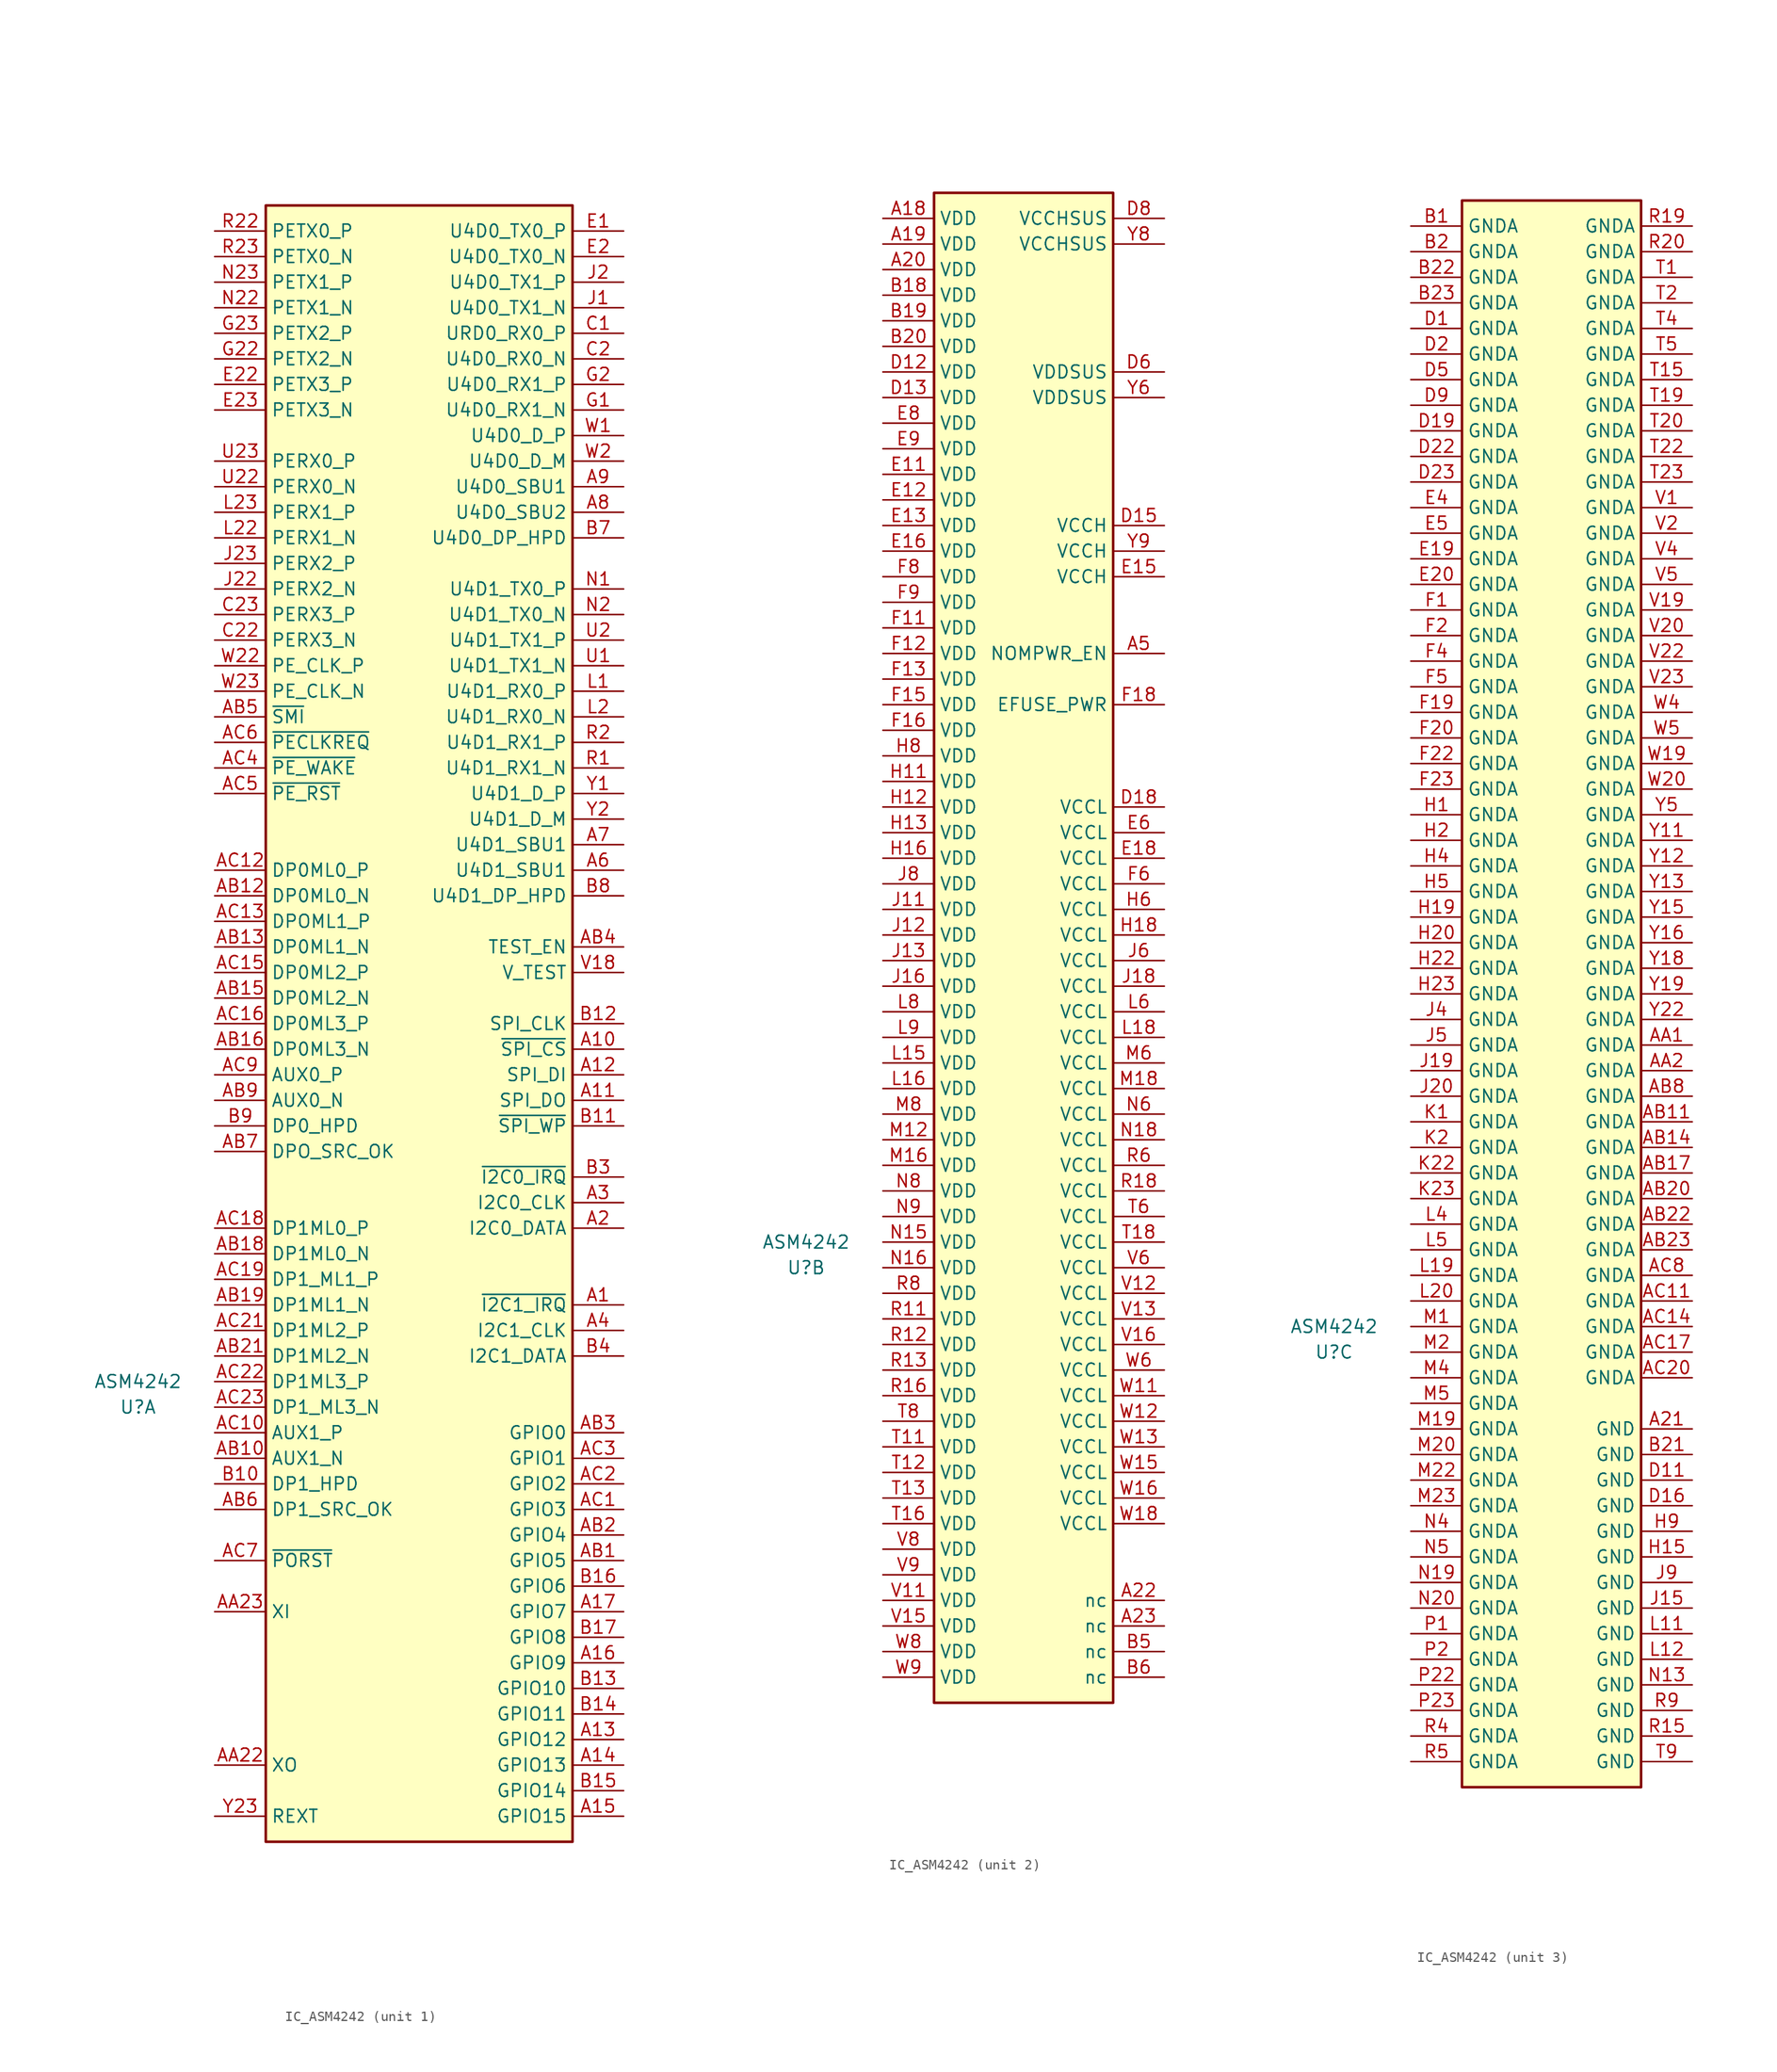
<source format=kicad_sym>
(kicad_symbol_lib
  (version 20241209)
  (generator "kicad_symbol_editor")
  (generator_version "9.0")
  (symbol "IC_ASM4242"
    (property "Reference" "U"
      (at -7.62 40.64 0)
      (effects (font (size 1.27 1.27))))
    (property "Value" "ASM4242"
      (at -7.62 43.18 0)
      (effects (font (size 1.27 1.27))))
    (property "ki_locked" ""
      (at 0 0 0)
      (effects (font (size 1.27 1.27))))
    (symbol "IC_ASM4242_1_1"
      (rectangle (start 5.08 160.02) (end 35.56 -2.54) (stroke (width 0.254) (type default)) (fill (type background)))
      (pin output line (at 0 157.48 0) (length 5.08) (name "PETX0_P" (effects (font (size 1.27 1.27)))) (number "R22" (effects (font (size 1.27 1.27)))))
      (pin output line (at 0 154.94 0) (length 5.08) (name "PETX0_N" (effects (font (size 1.27 1.27)))) (number "R23" (effects (font (size 1.27 1.27)))))
      (pin output line (at 0 152.4 0) (length 5.08) (name "PETX1_P" (effects (font (size 1.27 1.27)))) (number "N23" (effects (font (size 1.27 1.27)))))
      (pin output line (at 0 149.86 0) (length 5.08) (name "PETX1_N" (effects (font (size 1.27 1.27)))) (number "N22" (effects (font (size 1.27 1.27)))))
      (pin output line (at 0 147.32 0) (length 5.08) (name "PETX2_P" (effects (font (size 1.27 1.27)))) (number "G23" (effects (font (size 1.27 1.27)))))
      (pin output line (at 0 144.78 0) (length 5.08) (name "PETX2_N" (effects (font (size 1.27 1.27)))) (number "G22" (effects (font (size 1.27 1.27)))))
      (pin output line (at 0 142.24 0) (length 5.08) (name "PETX3_P" (effects (font (size 1.27 1.27)))) (number "E22" (effects (font (size 1.27 1.27)))))
      (pin output line (at 0 139.7 0) (length 5.08) (name "PETX3_N" (effects (font (size 1.27 1.27)))) (number "E23" (effects (font (size 1.27 1.27)))))
      (pin input line (at 0 134.62 0) (length 5.08) (name "PERX0_P" (effects (font (size 1.27 1.27)))) (number "U23" (effects (font (size 1.27 1.27)))))
      (pin input line (at 0 132.08 0) (length 5.08) (name "PERX0_N" (effects (font (size 1.27 1.27)))) (number "U22" (effects (font (size 1.27 1.27)))))
      (pin input line (at 0 129.54 0) (length 5.08) (name "PERX1_P" (effects (font (size 1.27 1.27)))) (number "L23" (effects (font (size 1.27 1.27)))))
      (pin input line (at 0 127 0) (length 5.08) (name "PERX1_N" (effects (font (size 1.27 1.27)))) (number "L22" (effects (font (size 1.27 1.27)))))
      (pin input line (at 0 124.46 0) (length 5.08) (name "PERX2_P" (effects (font (size 1.27 1.27)))) (number "J23" (effects (font (size 1.27 1.27)))))
      (pin input line (at 0 121.92 0) (length 5.08) (name "PERX2_N" (effects (font (size 1.27 1.27)))) (number "J22" (effects (font (size 1.27 1.27)))))
      (pin input line (at 0 119.38 0) (length 5.08) (name "PERX3_P" (effects (font (size 1.27 1.27)))) (number "C23" (effects (font (size 1.27 1.27)))))
      (pin input line (at 0 116.84 0) (length 5.08) (name "PERX3_N" (effects (font (size 1.27 1.27)))) (number "C22" (effects (font (size 1.27 1.27)))))
      (pin input line (at 0 114.3 0) (length 5.08) (name "PE_CLK_P" (effects (font (size 1.27 1.27)))) (number "W22" (effects (font (size 1.27 1.27)))))
      (pin input line (at 0 111.76 0) (length 5.08) (name "PE_CLK_N" (effects (font (size 1.27 1.27)))) (number "W23" (effects (font (size 1.27 1.27)))))
      (pin passive line (at 0 109.22 0) (length 5.08) (name "~{SMI}" (effects (font (size 1.27 1.27)))) (number "AB5" (effects (font (size 1.27 1.27)))))
      (pin passive line (at 0 106.68 0) (length 5.08) (name "~{PECLKREQ}" (effects (font (size 1.27 1.27)))) (number "AC6" (effects (font (size 1.27 1.27)))))
      (pin passive line (at 0 104.14 0) (length 5.08) (name "~{PE_WAKE}" (effects (font (size 1.27 1.27)))) (number "AC4" (effects (font (size 1.27 1.27)))))
      (pin passive line (at 0 101.6 0) (length 5.08) (name "~{PE_RST}" (effects (font (size 1.27 1.27)))) (number "AC5" (effects (font (size 1.27 1.27)))))
      (pin passive line (at 0 93.98 0) (length 5.08) (name "DP0ML0_P" (effects (font (size 1.27 1.27)))) (number "AC12" (effects (font (size 1.27 1.27)))))
      (pin passive line (at 0 91.44 0) (length 5.08) (name "DP0ML0_N" (effects (font (size 1.27 1.27)))) (number "AB12" (effects (font (size 1.27 1.27)))))
      (pin passive line (at 0 88.9 0) (length 5.08) (name "DPOML1_P" (effects (font (size 1.27 1.27)))) (number "AC13" (effects (font (size 1.27 1.27)))))
      (pin passive line (at 0 86.36 0) (length 5.08) (name "DP0ML1_N" (effects (font (size 1.27 1.27)))) (number "AB13" (effects (font (size 1.27 1.27)))))
      (pin passive line (at 0 83.82 0) (length 5.08) (name "DP0ML2_P" (effects (font (size 1.27 1.27)))) (number "AC15" (effects (font (size 1.27 1.27)))))
      (pin passive line (at 0 81.28 0) (length 5.08) (name "DP0ML2_N" (effects (font (size 1.27 1.27)))) (number "AB15" (effects (font (size 1.27 1.27)))))
      (pin passive line (at 0 78.74 0) (length 5.08) (name "DP0ML3_P" (effects (font (size 1.27 1.27)))) (number "AC16" (effects (font (size 1.27 1.27)))))
      (pin passive line (at 0 76.2 0) (length 5.08) (name "DP0ML3_N" (effects (font (size 1.27 1.27)))) (number "AB16" (effects (font (size 1.27 1.27)))))
      (pin passive line (at 0 73.66 0) (length 5.08) (name "AUX0_P" (effects (font (size 1.27 1.27)))) (number "AC9" (effects (font (size 1.27 1.27)))))
      (pin passive line (at 0 71.12 0) (length 5.08) (name "AUX0_N" (effects (font (size 1.27 1.27)))) (number "AB9" (effects (font (size 1.27 1.27)))))
      (pin passive line (at 0 68.58 0) (length 5.08) (name "DP0_HPD" (effects (font (size 1.27 1.27)))) (number "B9" (effects (font (size 1.27 1.27)))))
      (pin passive line (at 0 66.04 0) (length 5.08) (name "DPO_SRC_OK" (effects (font (size 1.27 1.27)))) (number "AB7" (effects (font (size 1.27 1.27)))))
      (pin passive line (at 0 58.42 0) (length 5.08) (name "DP1ML0_P" (effects (font (size 1.27 1.27)))) (number "AC18" (effects (font (size 1.27 1.27)))))
      (pin passive line (at 0 55.88 0) (length 5.08) (name "DP1ML0_N" (effects (font (size 1.27 1.27)))) (number "AB18" (effects (font (size 1.27 1.27)))))
      (pin passive line (at 0 53.34 0) (length 5.08) (name "DP1_ML1_P" (effects (font (size 1.27 1.27)))) (number "AC19" (effects (font (size 1.27 1.27)))))
      (pin passive line (at 0 50.8 0) (length 5.08) (name "DP1ML1_N" (effects (font (size 1.27 1.27)))) (number "AB19" (effects (font (size 1.27 1.27)))))
      (pin passive line (at 0 48.26 0) (length 5.08) (name "DP1ML2_P" (effects (font (size 1.27 1.27)))) (number "AC21" (effects (font (size 1.27 1.27)))))
      (pin passive line (at 0 45.72 0) (length 5.08) (name "DP1ML2_N" (effects (font (size 1.27 1.27)))) (number "AB21" (effects (font (size 1.27 1.27)))))
      (pin passive line (at 0 43.18 0) (length 5.08) (name "DP1ML3_P" (effects (font (size 1.27 1.27)))) (number "AC22" (effects (font (size 1.27 1.27)))))
      (pin passive line (at 0 40.64 0) (length 5.08) (name "DP1_ML3_N" (effects (font (size 1.27 1.27)))) (number "AC23" (effects (font (size 1.27 1.27)))))
      (pin passive line (at 0 38.1 0) (length 5.08) (name "AUX1_P" (effects (font (size 1.27 1.27)))) (number "AC10" (effects (font (size 1.27 1.27)))))
      (pin passive line (at 0 35.56 0) (length 5.08) (name "AUX1_N" (effects (font (size 1.27 1.27)))) (number "AB10" (effects (font (size 1.27 1.27)))))
      (pin passive line (at 0 33.02 0) (length 5.08) (name "DP1_HPD" (effects (font (size 1.27 1.27)))) (number "B10" (effects (font (size 1.27 1.27)))))
      (pin passive line (at 0 30.48 0) (length 5.08) (name "DP1_SRC_OK" (effects (font (size 1.27 1.27)))) (number "AB6" (effects (font (size 1.27 1.27)))))
      (pin passive line (at 0 25.4 0) (length 5.08) (name "~{PORST}" (effects (font (size 1.27 1.27)))) (number "AC7" (effects (font (size 1.27 1.27)))))
      (pin passive line (at 0 20.32 0) (length 5.08) (name "XI" (effects (font (size 1.27 1.27)))) (number "AA23" (effects (font (size 1.27 1.27)))))
      (pin passive line (at 0 5.08 0) (length 5.08) (name "XO" (effects (font (size 1.27 1.27)))) (number "AA22" (effects (font (size 1.27 1.27)))))
      (pin passive line (at 0 0 0) (length 5.08) (name "REXT" (effects (font (size 1.27 1.27)))) (number "Y23" (effects (font (size 1.27 1.27)))))
      (pin passive line (at 40.64 157.48 180) (length 5.08) (name "U4D0_TX0_P" (effects (font (size 1.27 1.27)))) (number "E1" (effects (font (size 1.27 1.27)))))
      (pin passive line (at 40.64 154.94 180) (length 5.08) (name "U4D0_TX0_N" (effects (font (size 1.27 1.27)))) (number "E2" (effects (font (size 1.27 1.27)))))
      (pin passive line (at 40.64 152.4 180) (length 5.08) (name "U4D0_TX1_P" (effects (font (size 1.27 1.27)))) (number "J2" (effects (font (size 1.27 1.27)))))
      (pin passive line (at 40.64 149.86 180) (length 5.08) (name "U4D0_TX1_N" (effects (font (size 1.27 1.27)))) (number "J1" (effects (font (size 1.27 1.27)))))
      (pin passive line (at 40.64 147.32 180) (length 5.08) (name "URD0_RX0_P" (effects (font (size 1.27 1.27)))) (number "C1" (effects (font (size 1.27 1.27)))))
      (pin passive line (at 40.64 144.78 180) (length 5.08) (name "U4D0_RX0_N" (effects (font (size 1.27 1.27)))) (number "C2" (effects (font (size 1.27 1.27)))))
      (pin passive line (at 40.64 142.24 180) (length 5.08) (name "U4D0_RX1_P" (effects (font (size 1.27 1.27)))) (number "G2" (effects (font (size 1.27 1.27)))))
      (pin passive line (at 40.64 139.7 180) (length 5.08) (name "U4D0_RX1_N" (effects (font (size 1.27 1.27)))) (number "G1" (effects (font (size 1.27 1.27)))))
      (pin passive line (at 40.64 137.16 180) (length 5.08) (name "U4D0_D_P" (effects (font (size 1.27 1.27)))) (number "W1" (effects (font (size 1.27 1.27)))))
      (pin passive line (at 40.64 134.62 180) (length 5.08) (name "U4D0_D_M" (effects (font (size 1.27 1.27)))) (number "W2" (effects (font (size 1.27 1.27)))))
      (pin passive line (at 40.64 132.08 180) (length 5.08) (name "U4D0_SBU1" (effects (font (size 1.27 1.27)))) (number "A9" (effects (font (size 1.27 1.27)))))
      (pin passive line (at 40.64 129.54 180) (length 5.08) (name "U4D0_SBU2" (effects (font (size 1.27 1.27)))) (number "A8" (effects (font (size 1.27 1.27)))))
      (pin passive line (at 40.64 127 180) (length 5.08) (name "U4D0_DP_HPD" (effects (font (size 1.27 1.27)))) (number "B7" (effects (font (size 1.27 1.27)))))
      (pin passive line (at 40.64 121.92 180) (length 5.08) (name "U4D1_TX0_P" (effects (font (size 1.27 1.27)))) (number "N1" (effects (font (size 1.27 1.27)))))
      (pin passive line (at 40.64 119.38 180) (length 5.08) (name "U4D1_TX0_N" (effects (font (size 1.27 1.27)))) (number "N2" (effects (font (size 1.27 1.27)))))
      (pin passive line (at 40.64 116.84 180) (length 5.08) (name "U4D1_TX1_P" (effects (font (size 1.27 1.27)))) (number "U2" (effects (font (size 1.27 1.27)))))
      (pin passive line (at 40.64 114.3 180) (length 5.08) (name "U4D1_TX1_N" (effects (font (size 1.27 1.27)))) (number "U1" (effects (font (size 1.27 1.27)))))
      (pin passive line (at 40.64 111.76 180) (length 5.08) (name "U4D1_RX0_P" (effects (font (size 1.27 1.27)))) (number "L1" (effects (font (size 1.27 1.27)))))
      (pin passive line (at 40.64 109.22 180) (length 5.08) (name "U4D1_RX0_N" (effects (font (size 1.27 1.27)))) (number "L2" (effects (font (size 1.27 1.27)))))
      (pin passive line (at 40.64 106.68 180) (length 5.08) (name "U4D1_RX1_P" (effects (font (size 1.27 1.27)))) (number "R2" (effects (font (size 1.27 1.27)))))
      (pin passive line (at 40.64 104.14 180) (length 5.08) (name "U4D1_RX1_N" (effects (font (size 1.27 1.27)))) (number "R1" (effects (font (size 1.27 1.27)))))
      (pin passive line (at 40.64 101.6 180) (length 5.08) (name "U4D1_D_P" (effects (font (size 1.27 1.27)))) (number "Y1" (effects (font (size 1.27 1.27)))))
      (pin passive line (at 40.64 99.06 180) (length 5.08) (name "U4D1_D_M" (effects (font (size 1.27 1.27)))) (number "Y2" (effects (font (size 1.27 1.27)))))
      (pin passive line (at 40.64 96.52 180) (length 5.08) (name "U4D1_SBU1" (effects (font (size 1.27 1.27)))) (number "A7" (effects (font (size 1.27 1.27)))))
      (pin passive line (at 40.64 93.98 180) (length 5.08) (name "U4D1_SBU1" (effects (font (size 1.27 1.27)))) (number "A6" (effects (font (size 1.27 1.27)))))
      (pin passive line (at 40.64 91.44 180) (length 5.08) (name "U4D1_DP_HPD" (effects (font (size 1.27 1.27)))) (number "B8" (effects (font (size 1.27 1.27)))))
      (pin passive line (at 40.64 86.36 180) (length 5.08) (name "TEST_EN" (effects (font (size 1.27 1.27)))) (number "AB4" (effects (font (size 1.27 1.27)))))
      (pin passive line (at 40.64 83.82 180) (length 5.08) (name "V_TEST" (effects (font (size 1.27 1.27)))) (number "V18" (effects (font (size 1.27 1.27)))))
      (pin passive line (at 40.64 78.74 180) (length 5.08) (name "SPI_CLK" (effects (font (size 1.27 1.27)))) (number "B12" (effects (font (size 1.27 1.27)))))
      (pin passive line (at 40.64 76.2 180) (length 5.08) (name "~{SPI_CS}" (effects (font (size 1.27 1.27)))) (number "A10" (effects (font (size 1.27 1.27)))))
      (pin passive line (at 40.64 73.66 180) (length 5.08) (name "SPI_DI" (effects (font (size 1.27 1.27)))) (number "A12" (effects (font (size 1.27 1.27)))))
      (pin passive line (at 40.64 71.12 180) (length 5.08) (name "SPI_DO" (effects (font (size 1.27 1.27)))) (number "A11" (effects (font (size 1.27 1.27)))))
      (pin passive line (at 40.64 68.58 180) (length 5.08) (name "~{SPI_WP}" (effects (font (size 1.27 1.27)))) (number "B11" (effects (font (size 1.27 1.27)))))
      (pin passive line (at 40.64 63.5 180) (length 5.08) (name "~{I2C0_IRQ}" (effects (font (size 1.27 1.27)))) (number "B3" (effects (font (size 1.27 1.27)))))
      (pin passive line (at 40.64 60.96 180) (length 5.08) (name "I2C0_CLK" (effects (font (size 1.27 1.27)))) (number "A3" (effects (font (size 1.27 1.27)))))
      (pin passive line (at 40.64 58.42 180) (length 5.08) (name "I2C0_DATA" (effects (font (size 1.27 1.27)))) (number "A2" (effects (font (size 1.27 1.27)))))
      (pin passive line (at 40.64 50.8 180) (length 5.08) (name "~{I2C1_IRQ}" (effects (font (size 1.27 1.27)))) (number "A1" (effects (font (size 1.27 1.27)))))
      (pin passive line (at 40.64 48.26 180) (length 5.08) (name "I2C1_CLK" (effects (font (size 1.27 1.27)))) (number "A4" (effects (font (size 1.27 1.27)))))
      (pin passive line (at 40.64 45.72 180) (length 5.08) (name "I2C1_DATA" (effects (font (size 1.27 1.27)))) (number "B4" (effects (font (size 1.27 1.27)))))
      (pin passive line (at 40.64 38.1 180) (length 5.08) (name "GPIO0" (effects (font (size 1.27 1.27)))) (number "AB3" (effects (font (size 1.27 1.27)))))
      (pin passive line (at 40.64 35.56 180) (length 5.08) (name "GPIO1" (effects (font (size 1.27 1.27)))) (number "AC3" (effects (font (size 1.27 1.27)))))
      (pin passive line (at 40.64 33.02 180) (length 5.08) (name "GPIO2" (effects (font (size 1.27 1.27)))) (number "AC2" (effects (font (size 1.27 1.27)))))
      (pin passive line (at 40.64 30.48 180) (length 5.08) (name "GPIO3" (effects (font (size 1.27 1.27)))) (number "AC1" (effects (font (size 1.27 1.27)))))
      (pin passive line (at 40.64 27.94 180) (length 5.08) (name "GPIO4" (effects (font (size 1.27 1.27)))) (number "AB2" (effects (font (size 1.27 1.27)))))
      (pin passive line (at 40.64 25.4 180) (length 5.08) (name "GPIO5" (effects (font (size 1.27 1.27)))) (number "AB1" (effects (font (size 1.27 1.27)))))
      (pin passive line (at 40.64 22.86 180) (length 5.08) (name "GPIO6" (effects (font (size 1.27 1.27)))) (number "B16" (effects (font (size 1.27 1.27)))))
      (pin passive line (at 40.64 20.32 180) (length 5.08) (name "GPIO7" (effects (font (size 1.27 1.27)))) (number "A17" (effects (font (size 1.27 1.27)))))
      (pin passive line (at 40.64 17.78 180) (length 5.08) (name "GPIO8" (effects (font (size 1.27 1.27)))) (number "B17" (effects (font (size 1.27 1.27)))))
      (pin passive line (at 40.64 15.24 180) (length 5.08) (name "GPIO9" (effects (font (size 1.27 1.27)))) (number "A16" (effects (font (size 1.27 1.27)))))
      (pin passive line (at 40.64 12.7 180) (length 5.08) (name "GPIO10" (effects (font (size 1.27 1.27)))) (number "B13" (effects (font (size 1.27 1.27)))))
      (pin passive line (at 40.64 10.16 180) (length 5.08) (name "GPIO11" (effects (font (size 1.27 1.27)))) (number "B14" (effects (font (size 1.27 1.27)))))
      (pin passive line (at 40.64 7.62 180) (length 5.08) (name "GPIO12" (effects (font (size 1.27 1.27)))) (number "A13" (effects (font (size 1.27 1.27)))))
      (pin passive line (at 40.64 5.08 180) (length 5.08) (name "GPIO13" (effects (font (size 1.27 1.27)))) (number "A14" (effects (font (size 1.27 1.27)))))
      (pin passive line (at 40.64 2.54 180) (length 5.08) (name "GPIO14" (effects (font (size 1.27 1.27)))) (number "B15" (effects (font (size 1.27 1.27)))))
      (pin passive line (at 40.64 0 180) (length 5.08) (name "GPIO15" (effects (font (size 1.27 1.27)))) (number "A15" (effects (font (size 1.27 1.27))))))
    (symbol "IC_ASM4242_2_1"
      (rectangle (start 5.08 147.32) (end 22.86 -2.54) (stroke (width 0.254) (type default)) (fill (type background)))
      (pin passive line (at 0 144.78 0) (length 5.08) (name "VDD" (effects (font (size 1.27 1.27)))) (number "A18" (effects (font (size 1.27 1.27)))))
      (pin passive line (at 0 142.24 0) (length 5.08) (name "VDD" (effects (font (size 1.27 1.27)))) (number "A19" (effects (font (size 1.27 1.27)))))
      (pin passive line (at 0 139.7 0) (length 5.08) (name "VDD" (effects (font (size 1.27 1.27)))) (number "A20" (effects (font (size 1.27 1.27)))))
      (pin passive line (at 0 137.16 0) (length 5.08) (name "VDD" (effects (font (size 1.27 1.27)))) (number "B18" (effects (font (size 1.27 1.27)))))
      (pin passive line (at 0 134.62 0) (length 5.08) (name "VDD" (effects (font (size 1.27 1.27)))) (number "B19" (effects (font (size 1.27 1.27)))))
      (pin passive line (at 0 132.08 0) (length 5.08) (name "VDD" (effects (font (size 1.27 1.27)))) (number "B20" (effects (font (size 1.27 1.27)))))
      (pin passive line (at 0 129.54 0) (length 5.08) (name "VDD" (effects (font (size 1.27 1.27)))) (number "D12" (effects (font (size 1.27 1.27)))))
      (pin passive line (at 0 127 0) (length 5.08) (name "VDD" (effects (font (size 1.27 1.27)))) (number "D13" (effects (font (size 1.27 1.27)))))
      (pin passive line (at 0 124.46 0) (length 5.08) (name "VDD" (effects (font (size 1.27 1.27)))) (number "E8" (effects (font (size 1.27 1.27)))))
      (pin passive line (at 0 121.92 0) (length 5.08) (name "VDD" (effects (font (size 1.27 1.27)))) (number "E9" (effects (font (size 1.27 1.27)))))
      (pin passive line (at 0 119.38 0) (length 5.08) (name "VDD" (effects (font (size 1.27 1.27)))) (number "E11" (effects (font (size 1.27 1.27)))))
      (pin passive line (at 0 116.84 0) (length 5.08) (name "VDD" (effects (font (size 1.27 1.27)))) (number "E12" (effects (font (size 1.27 1.27)))))
      (pin passive line (at 0 114.3 0) (length 5.08) (name "VDD" (effects (font (size 1.27 1.27)))) (number "E13" (effects (font (size 1.27 1.27)))))
      (pin passive line (at 0 111.76 0) (length 5.08) (name "VDD" (effects (font (size 1.27 1.27)))) (number "E16" (effects (font (size 1.27 1.27)))))
      (pin passive line (at 0 109.22 0) (length 5.08) (name "VDD" (effects (font (size 1.27 1.27)))) (number "F8" (effects (font (size 1.27 1.27)))))
      (pin passive line (at 0 106.68 0) (length 5.08) (name "VDD" (effects (font (size 1.27 1.27)))) (number "F9" (effects (font (size 1.27 1.27)))))
      (pin passive line (at 0 104.14 0) (length 5.08) (name "VDD" (effects (font (size 1.27 1.27)))) (number "F11" (effects (font (size 1.27 1.27)))))
      (pin passive line (at 0 101.6 0) (length 5.08) (name "VDD" (effects (font (size 1.27 1.27)))) (number "F12" (effects (font (size 1.27 1.27)))))
      (pin passive line (at 0 99.06 0) (length 5.08) (name "VDD" (effects (font (size 1.27 1.27)))) (number "F13" (effects (font (size 1.27 1.27)))))
      (pin passive line (at 0 96.52 0) (length 5.08) (name "VDD" (effects (font (size 1.27 1.27)))) (number "F15" (effects (font (size 1.27 1.27)))))
      (pin passive line (at 0 93.98 0) (length 5.08) (name "VDD" (effects (font (size 1.27 1.27)))) (number "F16" (effects (font (size 1.27 1.27)))))
      (pin passive line (at 0 91.44 0) (length 5.08) (name "VDD" (effects (font (size 1.27 1.27)))) (number "H8" (effects (font (size 1.27 1.27)))))
      (pin passive line (at 0 88.9 0) (length 5.08) (name "VDD" (effects (font (size 1.27 1.27)))) (number "H11" (effects (font (size 1.27 1.27)))))
      (pin passive line (at 0 86.36 0) (length 5.08) (name "VDD" (effects (font (size 1.27 1.27)))) (number "H12" (effects (font (size 1.27 1.27)))))
      (pin passive line (at 0 83.82 0) (length 5.08) (name "VDD" (effects (font (size 1.27 1.27)))) (number "H13" (effects (font (size 1.27 1.27)))))
      (pin passive line (at 0 81.28 0) (length 5.08) (name "VDD" (effects (font (size 1.27 1.27)))) (number "H16" (effects (font (size 1.27 1.27)))))
      (pin passive line (at 0 78.74 0) (length 5.08) (name "VDD" (effects (font (size 1.27 1.27)))) (number "J8" (effects (font (size 1.27 1.27)))))
      (pin passive line (at 0 76.2 0) (length 5.08) (name "VDD" (effects (font (size 1.27 1.27)))) (number "J11" (effects (font (size 1.27 1.27)))))
      (pin passive line (at 0 73.66 0) (length 5.08) (name "VDD" (effects (font (size 1.27 1.27)))) (number "J12" (effects (font (size 1.27 1.27)))))
      (pin passive line (at 0 71.12 0) (length 5.08) (name "VDD" (effects (font (size 1.27 1.27)))) (number "J13" (effects (font (size 1.27 1.27)))))
      (pin passive line (at 0 68.58 0) (length 5.08) (name "VDD" (effects (font (size 1.27 1.27)))) (number "J16" (effects (font (size 1.27 1.27)))))
      (pin passive line (at 0 66.04 0) (length 5.08) (name "VDD" (effects (font (size 1.27 1.27)))) (number "L8" (effects (font (size 1.27 1.27)))))
      (pin passive line (at 0 63.5 0) (length 5.08) (name "VDD" (effects (font (size 1.27 1.27)))) (number "L9" (effects (font (size 1.27 1.27)))))
      (pin passive line (at 0 60.96 0) (length 5.08) (name "VDD" (effects (font (size 1.27 1.27)))) (number "L15" (effects (font (size 1.27 1.27)))))
      (pin passive line (at 0 58.42 0) (length 5.08) (name "VDD" (effects (font (size 1.27 1.27)))) (number "L16" (effects (font (size 1.27 1.27)))))
      (pin passive line (at 0 55.88 0) (length 5.08) (name "VDD" (effects (font (size 1.27 1.27)))) (number "M8" (effects (font (size 1.27 1.27)))))
      (pin passive line (at 0 53.34 0) (length 5.08) (name "VDD" (effects (font (size 1.27 1.27)))) (number "M12" (effects (font (size 1.27 1.27)))))
      (pin passive line (at 0 50.8 0) (length 5.08) (name "VDD" (effects (font (size 1.27 1.27)))) (number "M16" (effects (font (size 1.27 1.27)))))
      (pin passive line (at 0 48.26 0) (length 5.08) (name "VDD" (effects (font (size 1.27 1.27)))) (number "N8" (effects (font (size 1.27 1.27)))))
      (pin passive line (at 0 45.72 0) (length 5.08) (name "VDD" (effects (font (size 1.27 1.27)))) (number "N9" (effects (font (size 1.27 1.27)))))
      (pin passive line (at 0 43.18 0) (length 5.08) (name "VDD" (effects (font (size 1.27 1.27)))) (number "N15" (effects (font (size 1.27 1.27)))))
      (pin passive line (at 0 40.64 0) (length 5.08) (name "VDD" (effects (font (size 1.27 1.27)))) (number "N16" (effects (font (size 1.27 1.27)))))
      (pin passive line (at 0 38.1 0) (length 5.08) (name "VDD" (effects (font (size 1.27 1.27)))) (number "R8" (effects (font (size 1.27 1.27)))))
      (pin passive line (at 0 35.56 0) (length 5.08) (name "VDD" (effects (font (size 1.27 1.27)))) (number "R11" (effects (font (size 1.27 1.27)))))
      (pin passive line (at 0 33.02 0) (length 5.08) (name "VDD" (effects (font (size 1.27 1.27)))) (number "R12" (effects (font (size 1.27 1.27)))))
      (pin passive line (at 0 30.48 0) (length 5.08) (name "VDD" (effects (font (size 1.27 1.27)))) (number "R13" (effects (font (size 1.27 1.27)))))
      (pin passive line (at 0 27.94 0) (length 5.08) (name "VDD" (effects (font (size 1.27 1.27)))) (number "R16" (effects (font (size 1.27 1.27)))))
      (pin passive line (at 0 25.4 0) (length 5.08) (name "VDD" (effects (font (size 1.27 1.27)))) (number "T8" (effects (font (size 1.27 1.27)))))
      (pin passive line (at 0 22.86 0) (length 5.08) (name "VDD" (effects (font (size 1.27 1.27)))) (number "T11" (effects (font (size 1.27 1.27)))))
      (pin passive line (at 0 20.32 0) (length 5.08) (name "VDD" (effects (font (size 1.27 1.27)))) (number "T12" (effects (font (size 1.27 1.27)))))
      (pin passive line (at 0 17.78 0) (length 5.08) (name "VDD" (effects (font (size 1.27 1.27)))) (number "T13" (effects (font (size 1.27 1.27)))))
      (pin passive line (at 0 15.24 0) (length 5.08) (name "VDD" (effects (font (size 1.27 1.27)))) (number "T16" (effects (font (size 1.27 1.27)))))
      (pin passive line (at 0 12.7 0) (length 5.08) (name "VDD" (effects (font (size 1.27 1.27)))) (number "V8" (effects (font (size 1.27 1.27)))))
      (pin passive line (at 0 10.16 0) (length 5.08) (name "VDD" (effects (font (size 1.27 1.27)))) (number "V9" (effects (font (size 1.27 1.27)))))
      (pin passive line (at 0 7.62 0) (length 5.08) (name "VDD" (effects (font (size 1.27 1.27)))) (number "V11" (effects (font (size 1.27 1.27)))))
      (pin passive line (at 0 5.08 0) (length 5.08) (name "VDD" (effects (font (size 1.27 1.27)))) (number "V15" (effects (font (size 1.27 1.27)))))
      (pin passive line (at 0 2.54 0) (length 5.08) (name "VDD" (effects (font (size 1.27 1.27)))) (number "W8" (effects (font (size 1.27 1.27)))))
      (pin passive line (at 0 0 0) (length 5.08) (name "VDD" (effects (font (size 1.27 1.27)))) (number "W9" (effects (font (size 1.27 1.27)))))
      (pin passive line (at 27.94 144.78 180) (length 5.08) (name "VCCHSUS" (effects (font (size 1.27 1.27)))) (number "D8" (effects (font (size 1.27 1.27)))))
      (pin passive line (at 27.94 142.24 180) (length 5.08) (name "VCCHSUS" (effects (font (size 1.27 1.27)))) (number "Y8" (effects (font (size 1.27 1.27)))))
      (pin passive line (at 27.94 129.54 180) (length 5.08) (name "VDDSUS" (effects (font (size 1.27 1.27)))) (number "D6" (effects (font (size 1.27 1.27)))))
      (pin passive line (at 27.94 127 180) (length 5.08) (name "VDDSUS" (effects (font (size 1.27 1.27)))) (number "Y6" (effects (font (size 1.27 1.27)))))
      (pin passive line (at 27.94 114.3 180) (length 5.08) (name "VCCH" (effects (font (size 1.27 1.27)))) (number "D15" (effects (font (size 1.27 1.27)))))
      (pin passive line (at 27.94 111.76 180) (length 5.08) (name "VCCH" (effects (font (size 1.27 1.27)))) (number "Y9" (effects (font (size 1.27 1.27)))))
      (pin passive line (at 27.94 109.22 180) (length 5.08) (name "VCCH" (effects (font (size 1.27 1.27)))) (number "E15" (effects (font (size 1.27 1.27)))))
      (pin passive line (at 27.94 101.6 180) (length 5.08) (name "NOMPWR_EN" (effects (font (size 1.27 1.27)))) (number "A5" (effects (font (size 1.27 1.27)))))
      (pin passive line (at 27.94 96.52 180) (length 5.08) (name "EFUSE_PWR" (effects (font (size 1.27 1.27)))) (number "F18" (effects (font (size 1.27 1.27)))))
      (pin passive line (at 27.94 86.36 180) (length 5.08) (name "VCCL" (effects (font (size 1.27 1.27)))) (number "D18" (effects (font (size 1.27 1.27)))))
      (pin passive line (at 27.94 83.82 180) (length 5.08) (name "VCCL" (effects (font (size 1.27 1.27)))) (number "E6" (effects (font (size 1.27 1.27)))))
      (pin passive line (at 27.94 81.28 180) (length 5.08) (name "VCCL" (effects (font (size 1.27 1.27)))) (number "E18" (effects (font (size 1.27 1.27)))))
      (pin passive line (at 27.94 78.74 180) (length 5.08) (name "VCCL" (effects (font (size 1.27 1.27)))) (number "F6" (effects (font (size 1.27 1.27)))))
      (pin passive line (at 27.94 76.2 180) (length 5.08) (name "VCCL" (effects (font (size 1.27 1.27)))) (number "H6" (effects (font (size 1.27 1.27)))))
      (pin passive line (at 27.94 73.66 180) (length 5.08) (name "VCCL" (effects (font (size 1.27 1.27)))) (number "H18" (effects (font (size 1.27 1.27)))))
      (pin passive line (at 27.94 71.12 180) (length 5.08) (name "VCCL" (effects (font (size 1.27 1.27)))) (number "J6" (effects (font (size 1.27 1.27)))))
      (pin passive line (at 27.94 68.58 180) (length 5.08) (name "VCCL" (effects (font (size 1.27 1.27)))) (number "J18" (effects (font (size 1.27 1.27)))))
      (pin passive line (at 27.94 66.04 180) (length 5.08) (name "VCCL" (effects (font (size 1.27 1.27)))) (number "L6" (effects (font (size 1.27 1.27)))))
      (pin passive line (at 27.94 63.5 180) (length 5.08) (name "VCCL" (effects (font (size 1.27 1.27)))) (number "L18" (effects (font (size 1.27 1.27)))))
      (pin passive line (at 27.94 60.96 180) (length 5.08) (name "VCCL" (effects (font (size 1.27 1.27)))) (number "M6" (effects (font (size 1.27 1.27)))))
      (pin passive line (at 27.94 58.42 180) (length 5.08) (name "VCCL" (effects (font (size 1.27 1.27)))) (number "M18" (effects (font (size 1.27 1.27)))))
      (pin passive line (at 27.94 55.88 180) (length 5.08) (name "VCCL" (effects (font (size 1.27 1.27)))) (number "N6" (effects (font (size 1.27 1.27)))))
      (pin passive line (at 27.94 53.34 180) (length 5.08) (name "VCCL" (effects (font (size 1.27 1.27)))) (number "N18" (effects (font (size 1.27 1.27)))))
      (pin passive line (at 27.94 50.8 180) (length 5.08) (name "VCCL" (effects (font (size 1.27 1.27)))) (number "R6" (effects (font (size 1.27 1.27)))))
      (pin passive line (at 27.94 48.26 180) (length 5.08) (name "VCCL" (effects (font (size 1.27 1.27)))) (number "R18" (effects (font (size 1.27 1.27)))))
      (pin passive line (at 27.94 45.72 180) (length 5.08) (name "VCCL" (effects (font (size 1.27 1.27)))) (number "T6" (effects (font (size 1.27 1.27)))))
      (pin passive line (at 27.94 43.18 180) (length 5.08) (name "VCCL" (effects (font (size 1.27 1.27)))) (number "T18" (effects (font (size 1.27 1.27)))))
      (pin passive line (at 27.94 40.64 180) (length 5.08) (name "VCCL" (effects (font (size 1.27 1.27)))) (number "V6" (effects (font (size 1.27 1.27)))))
      (pin passive line (at 27.94 38.1 180) (length 5.08) (name "VCCL" (effects (font (size 1.27 1.27)))) (number "V12" (effects (font (size 1.27 1.27)))))
      (pin passive line (at 27.94 35.56 180) (length 5.08) (name "VCCL" (effects (font (size 1.27 1.27)))) (number "V13" (effects (font (size 1.27 1.27)))))
      (pin passive line (at 27.94 33.02 180) (length 5.08) (name "VCCL" (effects (font (size 1.27 1.27)))) (number "V16" (effects (font (size 1.27 1.27)))))
      (pin passive line (at 27.94 30.48 180) (length 5.08) (name "VCCL" (effects (font (size 1.27 1.27)))) (number "W6" (effects (font (size 1.27 1.27)))))
      (pin passive line (at 27.94 27.94 180) (length 5.08) (name "VCCL" (effects (font (size 1.27 1.27)))) (number "W11" (effects (font (size 1.27 1.27)))))
      (pin passive line (at 27.94 25.4 180) (length 5.08) (name "VCCL" (effects (font (size 1.27 1.27)))) (number "W12" (effects (font (size 1.27 1.27)))))
      (pin passive line (at 27.94 22.86 180) (length 5.08) (name "VCCL" (effects (font (size 1.27 1.27)))) (number "W13" (effects (font (size 1.27 1.27)))))
      (pin passive line (at 27.94 20.32 180) (length 5.08) (name "VCCL" (effects (font (size 1.27 1.27)))) (number "W15" (effects (font (size 1.27 1.27)))))
      (pin passive line (at 27.94 17.78 180) (length 5.08) (name "VCCL" (effects (font (size 1.27 1.27)))) (number "W16" (effects (font (size 1.27 1.27)))))
      (pin passive line (at 27.94 15.24 180) (length 5.08) (name "VCCL" (effects (font (size 1.27 1.27)))) (number "W18" (effects (font (size 1.27 1.27)))))
      (pin passive line (at 27.94 7.62 180) (length 5.08) (name "nc" (effects (font (size 1.27 1.27)))) (number "A22" (effects (font (size 1.27 1.27)))))
      (pin passive line (at 27.94 5.08 180) (length 5.08) (name "nc" (effects (font (size 1.27 1.27)))) (number "A23" (effects (font (size 1.27 1.27)))))
      (pin passive line (at 27.94 2.54 180) (length 5.08) (name "nc" (effects (font (size 1.27 1.27)))) (number "B5" (effects (font (size 1.27 1.27)))))
      (pin passive line (at 27.94 0 180) (length 5.08) (name "nc" (effects (font (size 1.27 1.27)))) (number "B6" (effects (font (size 1.27 1.27))))))
    (symbol "IC_ASM4242_3_1"
      (rectangle (start 5.08 154.94) (end 22.86 -2.54) (stroke (width 0.254) (type default)) (fill (type background)))
      (pin passive line (at 0 152.4 0) (length 5.08) (name "GNDA" (effects (font (size 1.27 1.27)))) (number "B1" (effects (font (size 1.27 1.27)))))
      (pin passive line (at 0 149.86 0) (length 5.08) (name "GNDA" (effects (font (size 1.27 1.27)))) (number "B2" (effects (font (size 1.27 1.27)))))
      (pin passive line (at 0 147.32 0) (length 5.08) (name "GNDA" (effects (font (size 1.27 1.27)))) (number "B22" (effects (font (size 1.27 1.27)))))
      (pin passive line (at 0 144.78 0) (length 5.08) (name "GNDA" (effects (font (size 1.27 1.27)))) (number "B23" (effects (font (size 1.27 1.27)))))
      (pin passive line (at 0 142.24 0) (length 5.08) (name "GNDA" (effects (font (size 1.27 1.27)))) (number "D1" (effects (font (size 1.27 1.27)))))
      (pin passive line (at 0 139.7 0) (length 5.08) (name "GNDA" (effects (font (size 1.27 1.27)))) (number "D2" (effects (font (size 1.27 1.27)))))
      (pin passive line (at 0 137.16 0) (length 5.08) (name "GNDA" (effects (font (size 1.27 1.27)))) (number "D5" (effects (font (size 1.27 1.27)))))
      (pin passive line (at 0 134.62 0) (length 5.08) (name "GNDA" (effects (font (size 1.27 1.27)))) (number "D9" (effects (font (size 1.27 1.27)))))
      (pin passive line (at 0 132.08 0) (length 5.08) (name "GNDA" (effects (font (size 1.27 1.27)))) (number "D19" (effects (font (size 1.27 1.27)))))
      (pin passive line (at 0 129.54 0) (length 5.08) (name "GNDA" (effects (font (size 1.27 1.27)))) (number "D22" (effects (font (size 1.27 1.27)))))
      (pin passive line (at 0 127 0) (length 5.08) (name "GNDA" (effects (font (size 1.27 1.27)))) (number "D23" (effects (font (size 1.27 1.27)))))
      (pin passive line (at 0 124.46 0) (length 5.08) (name "GNDA" (effects (font (size 1.27 1.27)))) (number "E4" (effects (font (size 1.27 1.27)))))
      (pin passive line (at 0 121.92 0) (length 5.08) (name "GNDA" (effects (font (size 1.27 1.27)))) (number "E5" (effects (font (size 1.27 1.27)))))
      (pin passive line (at 0 119.38 0) (length 5.08) (name "GNDA" (effects (font (size 1.27 1.27)))) (number "E19" (effects (font (size 1.27 1.27)))))
      (pin passive line (at 0 116.84 0) (length 5.08) (name "GNDA" (effects (font (size 1.27 1.27)))) (number "E20" (effects (font (size 1.27 1.27)))))
      (pin passive line (at 0 114.3 0) (length 5.08) (name "GNDA" (effects (font (size 1.27 1.27)))) (number "F1" (effects (font (size 1.27 1.27)))))
      (pin passive line (at 0 111.76 0) (length 5.08) (name "GNDA" (effects (font (size 1.27 1.27)))) (number "F2" (effects (font (size 1.27 1.27)))))
      (pin passive line (at 0 109.22 0) (length 5.08) (name "GNDA" (effects (font (size 1.27 1.27)))) (number "F4" (effects (font (size 1.27 1.27)))))
      (pin passive line (at 0 106.68 0) (length 5.08) (name "GNDA" (effects (font (size 1.27 1.27)))) (number "F5" (effects (font (size 1.27 1.27)))))
      (pin passive line (at 0 104.14 0) (length 5.08) (name "GNDA" (effects (font (size 1.27 1.27)))) (number "F19" (effects (font (size 1.27 1.27)))))
      (pin passive line (at 0 101.6 0) (length 5.08) (name "GNDA" (effects (font (size 1.27 1.27)))) (number "F20" (effects (font (size 1.27 1.27)))))
      (pin passive line (at 0 99.06 0) (length 5.08) (name "GNDA" (effects (font (size 1.27 1.27)))) (number "F22" (effects (font (size 1.27 1.27)))))
      (pin passive line (at 0 96.52 0) (length 5.08) (name "GNDA" (effects (font (size 1.27 1.27)))) (number "F23" (effects (font (size 1.27 1.27)))))
      (pin passive line (at 0 93.98 0) (length 5.08) (name "GNDA" (effects (font (size 1.27 1.27)))) (number "H1" (effects (font (size 1.27 1.27)))))
      (pin passive line (at 0 91.44 0) (length 5.08) (name "GNDA" (effects (font (size 1.27 1.27)))) (number "H2" (effects (font (size 1.27 1.27)))))
      (pin passive line (at 0 88.9 0) (length 5.08) (name "GNDA" (effects (font (size 1.27 1.27)))) (number "H4" (effects (font (size 1.27 1.27)))))
      (pin passive line (at 0 86.36 0) (length 5.08) (name "GNDA" (effects (font (size 1.27 1.27)))) (number "H5" (effects (font (size 1.27 1.27)))))
      (pin passive line (at 0 83.82 0) (length 5.08) (name "GNDA" (effects (font (size 1.27 1.27)))) (number "H19" (effects (font (size 1.27 1.27)))))
      (pin passive line (at 0 81.28 0) (length 5.08) (name "GNDA" (effects (font (size 1.27 1.27)))) (number "H20" (effects (font (size 1.27 1.27)))))
      (pin passive line (at 0 78.74 0) (length 5.08) (name "GNDA" (effects (font (size 1.27 1.27)))) (number "H22" (effects (font (size 1.27 1.27)))))
      (pin passive line (at 0 76.2 0) (length 5.08) (name "GNDA" (effects (font (size 1.27 1.27)))) (number "H23" (effects (font (size 1.27 1.27)))))
      (pin passive line (at 0 73.66 0) (length 5.08) (name "GNDA" (effects (font (size 1.27 1.27)))) (number "J4" (effects (font (size 1.27 1.27)))))
      (pin passive line (at 0 71.12 0) (length 5.08) (name "GNDA" (effects (font (size 1.27 1.27)))) (number "J5" (effects (font (size 1.27 1.27)))))
      (pin passive line (at 0 68.58 0) (length 5.08) (name "GNDA" (effects (font (size 1.27 1.27)))) (number "J19" (effects (font (size 1.27 1.27)))))
      (pin passive line (at 0 66.04 0) (length 5.08) (name "GNDA" (effects (font (size 1.27 1.27)))) (number "J20" (effects (font (size 1.27 1.27)))))
      (pin passive line (at 0 63.5 0) (length 5.08) (name "GNDA" (effects (font (size 1.27 1.27)))) (number "K1" (effects (font (size 1.27 1.27)))))
      (pin passive line (at 0 60.96 0) (length 5.08) (name "GNDA" (effects (font (size 1.27 1.27)))) (number "K2" (effects (font (size 1.27 1.27)))))
      (pin passive line (at 0 58.42 0) (length 5.08) (name "GNDA" (effects (font (size 1.27 1.27)))) (number "K22" (effects (font (size 1.27 1.27)))))
      (pin passive line (at 0 55.88 0) (length 5.08) (name "GNDA" (effects (font (size 1.27 1.27)))) (number "K23" (effects (font (size 1.27 1.27)))))
      (pin passive line (at 0 53.34 0) (length 5.08) (name "GNDA" (effects (font (size 1.27 1.27)))) (number "L4" (effects (font (size 1.27 1.27)))))
      (pin passive line (at 0 50.8 0) (length 5.08) (name "GNDA" (effects (font (size 1.27 1.27)))) (number "L5" (effects (font (size 1.27 1.27)))))
      (pin passive line (at 0 48.26 0) (length 5.08) (name "GNDA" (effects (font (size 1.27 1.27)))) (number "L19" (effects (font (size 1.27 1.27)))))
      (pin passive line (at 0 45.72 0) (length 5.08) (name "GNDA" (effects (font (size 1.27 1.27)))) (number "L20" (effects (font (size 1.27 1.27)))))
      (pin passive line (at 0 43.18 0) (length 5.08) (name "GNDA" (effects (font (size 1.27 1.27)))) (number "M1" (effects (font (size 1.27 1.27)))))
      (pin passive line (at 0 40.64 0) (length 5.08) (name "GNDA" (effects (font (size 1.27 1.27)))) (number "M2" (effects (font (size 1.27 1.27)))))
      (pin passive line (at 0 38.1 0) (length 5.08) (name "GNDA" (effects (font (size 1.27 1.27)))) (number "M4" (effects (font (size 1.27 1.27)))))
      (pin passive line (at 0 35.56 0) (length 5.08) (name "GNDA" (effects (font (size 1.27 1.27)))) (number "M5" (effects (font (size 1.27 1.27)))))
      (pin passive line (at 0 33.02 0) (length 5.08) (name "GNDA" (effects (font (size 1.27 1.27)))) (number "M19" (effects (font (size 1.27 1.27)))))
      (pin passive line (at 0 30.48 0) (length 5.08) (name "GNDA" (effects (font (size 1.27 1.27)))) (number "M20" (effects (font (size 1.27 1.27)))))
      (pin passive line (at 0 27.94 0) (length 5.08) (name "GNDA" (effects (font (size 1.27 1.27)))) (number "M22" (effects (font (size 1.27 1.27)))))
      (pin passive line (at 0 25.4 0) (length 5.08) (name "GNDA" (effects (font (size 1.27 1.27)))) (number "M23" (effects (font (size 1.27 1.27)))))
      (pin passive line (at 0 22.86 0) (length 5.08) (name "GNDA" (effects (font (size 1.27 1.27)))) (number "N4" (effects (font (size 1.27 1.27)))))
      (pin passive line (at 0 20.32 0) (length 5.08) (name "GNDA" (effects (font (size 1.27 1.27)))) (number "N5" (effects (font (size 1.27 1.27)))))
      (pin passive line (at 0 17.78 0) (length 5.08) (name "GNDA" (effects (font (size 1.27 1.27)))) (number "N19" (effects (font (size 1.27 1.27)))))
      (pin passive line (at 0 15.24 0) (length 5.08) (name "GNDA" (effects (font (size 1.27 1.27)))) (number "N20" (effects (font (size 1.27 1.27)))))
      (pin passive line (at 0 12.7 0) (length 5.08) (name "GNDA" (effects (font (size 1.27 1.27)))) (number "P1" (effects (font (size 1.27 1.27)))))
      (pin passive line (at 0 10.16 0) (length 5.08) (name "GNDA" (effects (font (size 1.27 1.27)))) (number "P2" (effects (font (size 1.27 1.27)))))
      (pin passive line (at 0 7.62 0) (length 5.08) (name "GNDA" (effects (font (size 1.27 1.27)))) (number "P22" (effects (font (size 1.27 1.27)))))
      (pin passive line (at 0 5.08 0) (length 5.08) (name "GNDA" (effects (font (size 1.27 1.27)))) (number "P23" (effects (font (size 1.27 1.27)))))
      (pin passive line (at 0 2.54 0) (length 5.08) (name "GNDA" (effects (font (size 1.27 1.27)))) (number "R4" (effects (font (size 1.27 1.27)))))
      (pin passive line (at 0 0 0) (length 5.08) (name "GNDA" (effects (font (size 1.27 1.27)))) (number "R5" (effects (font (size 1.27 1.27)))))
      (pin passive line (at 27.94 152.4 180) (length 5.08) (name "GNDA" (effects (font (size 1.27 1.27)))) (number "R19" (effects (font (size 1.27 1.27)))))
      (pin passive line (at 27.94 149.86 180) (length 5.08) (name "GNDA" (effects (font (size 1.27 1.27)))) (number "R20" (effects (font (size 1.27 1.27)))))
      (pin passive line (at 27.94 147.32 180) (length 5.08) (name "GNDA" (effects (font (size 1.27 1.27)))) (number "T1" (effects (font (size 1.27 1.27)))))
      (pin passive line (at 27.94 144.78 180) (length 5.08) (name "GNDA" (effects (font (size 1.27 1.27)))) (number "T2" (effects (font (size 1.27 1.27)))))
      (pin passive line (at 27.94 142.24 180) (length 5.08) (name "GNDA" (effects (font (size 1.27 1.27)))) (number "T4" (effects (font (size 1.27 1.27)))))
      (pin passive line (at 27.94 139.7 180) (length 5.08) (name "GNDA" (effects (font (size 1.27 1.27)))) (number "T5" (effects (font (size 1.27 1.27)))))
      (pin passive line (at 27.94 137.16 180) (length 5.08) (name "GNDA" (effects (font (size 1.27 1.27)))) (number "T15" (effects (font (size 1.27 1.27)))))
      (pin passive line (at 27.94 134.62 180) (length 5.08) (name "GNDA" (effects (font (size 1.27 1.27)))) (number "T19" (effects (font (size 1.27 1.27)))))
      (pin passive line (at 27.94 132.08 180) (length 5.08) (name "GNDA" (effects (font (size 1.27 1.27)))) (number "T20" (effects (font (size 1.27 1.27)))))
      (pin passive line (at 27.94 129.54 180) (length 5.08) (name "GNDA" (effects (font (size 1.27 1.27)))) (number "T22" (effects (font (size 1.27 1.27)))))
      (pin passive line (at 27.94 127 180) (length 5.08) (name "GNDA" (effects (font (size 1.27 1.27)))) (number "T23" (effects (font (size 1.27 1.27)))))
      (pin passive line (at 27.94 124.46 180) (length 5.08) (name "GNDA" (effects (font (size 1.27 1.27)))) (number "V1" (effects (font (size 1.27 1.27)))))
      (pin passive line (at 27.94 121.92 180) (length 5.08) (name "GNDA" (effects (font (size 1.27 1.27)))) (number "V2" (effects (font (size 1.27 1.27)))))
      (pin passive line (at 27.94 119.38 180) (length 5.08) (name "GNDA" (effects (font (size 1.27 1.27)))) (number "V4" (effects (font (size 1.27 1.27)))))
      (pin passive line (at 27.94 116.84 180) (length 5.08) (name "GNDA" (effects (font (size 1.27 1.27)))) (number "V5" (effects (font (size 1.27 1.27)))))
      (pin passive line (at 27.94 114.3 180) (length 5.08) (name "GNDA" (effects (font (size 1.27 1.27)))) (number "V19" (effects (font (size 1.27 1.27)))))
      (pin passive line (at 27.94 111.76 180) (length 5.08) (name "GNDA" (effects (font (size 1.27 1.27)))) (number "V20" (effects (font (size 1.27 1.27)))))
      (pin passive line (at 27.94 109.22 180) (length 5.08) (name "GNDA" (effects (font (size 1.27 1.27)))) (number "V22" (effects (font (size 1.27 1.27)))))
      (pin passive line (at 27.94 106.68 180) (length 5.08) (name "GNDA" (effects (font (size 1.27 1.27)))) (number "V23" (effects (font (size 1.27 1.27)))))
      (pin passive line (at 27.94 104.14 180) (length 5.08) (name "GNDA" (effects (font (size 1.27 1.27)))) (number "W4" (effects (font (size 1.27 1.27)))))
      (pin passive line (at 27.94 101.6 180) (length 5.08) (name "GNDA" (effects (font (size 1.27 1.27)))) (number "W5" (effects (font (size 1.27 1.27)))))
      (pin passive line (at 27.94 99.06 180) (length 5.08) (name "GNDA" (effects (font (size 1.27 1.27)))) (number "W19" (effects (font (size 1.27 1.27)))))
      (pin passive line (at 27.94 96.52 180) (length 5.08) (name "GNDA" (effects (font (size 1.27 1.27)))) (number "W20" (effects (font (size 1.27 1.27)))))
      (pin passive line (at 27.94 93.98 180) (length 5.08) (name "GNDA" (effects (font (size 1.27 1.27)))) (number "Y5" (effects (font (size 1.27 1.27)))))
      (pin passive line (at 27.94 91.44 180) (length 5.08) (name "GNDA" (effects (font (size 1.27 1.27)))) (number "Y11" (effects (font (size 1.27 1.27)))))
      (pin passive line (at 27.94 88.9 180) (length 5.08) (name "GNDA" (effects (font (size 1.27 1.27)))) (number "Y12" (effects (font (size 1.27 1.27)))))
      (pin passive line (at 27.94 86.36 180) (length 5.08) (name "GNDA" (effects (font (size 1.27 1.27)))) (number "Y13" (effects (font (size 1.27 1.27)))))
      (pin passive line (at 27.94 83.82 180) (length 5.08) (name "GNDA" (effects (font (size 1.27 1.27)))) (number "Y15" (effects (font (size 1.27 1.27)))))
      (pin passive line (at 27.94 81.28 180) (length 5.08) (name "GNDA" (effects (font (size 1.27 1.27)))) (number "Y16" (effects (font (size 1.27 1.27)))))
      (pin passive line (at 27.94 78.74 180) (length 5.08) (name "GNDA" (effects (font (size 1.27 1.27)))) (number "Y18" (effects (font (size 1.27 1.27)))))
      (pin passive line (at 27.94 76.2 180) (length 5.08) (name "GNDA" (effects (font (size 1.27 1.27)))) (number "Y19" (effects (font (size 1.27 1.27)))))
      (pin passive line (at 27.94 73.66 180) (length 5.08) (name "GNDA" (effects (font (size 1.27 1.27)))) (number "Y22" (effects (font (size 1.27 1.27)))))
      (pin passive line (at 27.94 71.12 180) (length 5.08) (name "GNDA" (effects (font (size 1.27 1.27)))) (number "AA1" (effects (font (size 1.27 1.27)))))
      (pin passive line (at 27.94 68.58 180) (length 5.08) (name "GNDA" (effects (font (size 1.27 1.27)))) (number "AA2" (effects (font (size 1.27 1.27)))))
      (pin passive line (at 27.94 66.04 180) (length 5.08) (name "GNDA" (effects (font (size 1.27 1.27)))) (number "AB8" (effects (font (size 1.27 1.27)))))
      (pin passive line (at 27.94 63.5 180) (length 5.08) (name "GNDA" (effects (font (size 1.27 1.27)))) (number "AB11" (effects (font (size 1.27 1.27)))))
      (pin passive line (at 27.94 60.96 180) (length 5.08) (name "GNDA" (effects (font (size 1.27 1.27)))) (number "AB14" (effects (font (size 1.27 1.27)))))
      (pin passive line (at 27.94 58.42 180) (length 5.08) (name "GNDA" (effects (font (size 1.27 1.27)))) (number "AB17" (effects (font (size 1.27 1.27)))))
      (pin passive line (at 27.94 55.88 180) (length 5.08) (name "GNDA" (effects (font (size 1.27 1.27)))) (number "AB20" (effects (font (size 1.27 1.27)))))
      (pin passive line (at 27.94 53.34 180) (length 5.08) (name "GNDA" (effects (font (size 1.27 1.27)))) (number "AB22" (effects (font (size 1.27 1.27)))))
      (pin passive line (at 27.94 50.8 180) (length 5.08) (name "GNDA" (effects (font (size 1.27 1.27)))) (number "AB23" (effects (font (size 1.27 1.27)))))
      (pin passive line (at 27.94 48.26 180) (length 5.08) (name "GNDA" (effects (font (size 1.27 1.27)))) (number "AC8" (effects (font (size 1.27 1.27)))))
      (pin passive line (at 27.94 45.72 180) (length 5.08) (name "GNDA" (effects (font (size 1.27 1.27)))) (number "AC11" (effects (font (size 1.27 1.27)))))
      (pin passive line (at 27.94 43.18 180) (length 5.08) (name "GNDA" (effects (font (size 1.27 1.27)))) (number "AC14" (effects (font (size 1.27 1.27)))))
      (pin passive line (at 27.94 40.64 180) (length 5.08) (name "GNDA" (effects (font (size 1.27 1.27)))) (number "AC17" (effects (font (size 1.27 1.27)))))
      (pin passive line (at 27.94 38.1 180) (length 5.08) (name "GNDA" (effects (font (size 1.27 1.27)))) (number "AC20" (effects (font (size 1.27 1.27)))))
      (pin passive line (at 27.94 33.02 180) (length 5.08) (name "GND" (effects (font (size 1.27 1.27)))) (number "A21" (effects (font (size 1.27 1.27)))))
      (pin passive line (at 27.94 30.48 180) (length 5.08) (name "GND" (effects (font (size 1.27 1.27)))) (number "B21" (effects (font (size 1.27 1.27)))))
      (pin passive line (at 27.94 27.94 180) (length 5.08) (name "GND" (effects (font (size 1.27 1.27)))) (number "D11" (effects (font (size 1.27 1.27)))))
      (pin passive line (at 27.94 25.4 180) (length 5.08) (name "GND" (effects (font (size 1.27 1.27)))) (number "D16" (effects (font (size 1.27 1.27)))))
      (pin passive line (at 27.94 22.86 180) (length 5.08) (name "GND" (effects (font (size 1.27 1.27)))) (number "H9" (effects (font (size 1.27 1.27)))))
      (pin passive line (at 27.94 20.32 180) (length 5.08) (name "GND" (effects (font (size 1.27 1.27)))) (number "H15" (effects (font (size 1.27 1.27)))))
      (pin passive line (at 27.94 17.78 180) (length 5.08) (name "GND" (effects (font (size 1.27 1.27)))) (number "J9" (effects (font (size 1.27 1.27)))))
      (pin passive line (at 27.94 15.24 180) (length 5.08) (name "GND" (effects (font (size 1.27 1.27)))) (number "J15" (effects (font (size 1.27 1.27)))))
      (pin passive line (at 27.94 12.7 180) (length 5.08) (name "GND" (effects (font (size 1.27 1.27)))) (number "L11" (effects (font (size 1.27 1.27)))))
      (pin passive line (at 27.94 10.16 180) (length 5.08) (name "GND" (effects (font (size 1.27 1.27)))) (number "L12" (effects (font (size 1.27 1.27)))))
      (pin passive line (at 27.94 7.62 180) (length 5.08) (name "GND" (effects (font (size 1.27 1.27)))) (number "N13" (effects (font (size 1.27 1.27)))))
      (pin passive line (at 27.94 5.08 180) (length 5.08) (name "GND" (effects (font (size 1.27 1.27)))) (number "R9" (effects (font (size 1.27 1.27)))))
      (pin passive line (at 27.94 2.54 180) (length 5.08) (name "GND" (effects (font (size 1.27 1.27)))) (number "R15" (effects (font (size 1.27 1.27)))))
      (pin passive line (at 27.94 0 180) (length 5.08) (name "GND" (effects (font (size 1.27 1.27)))) (number "T9" (effects (font (size 1.27 1.27))))))))
</source>
